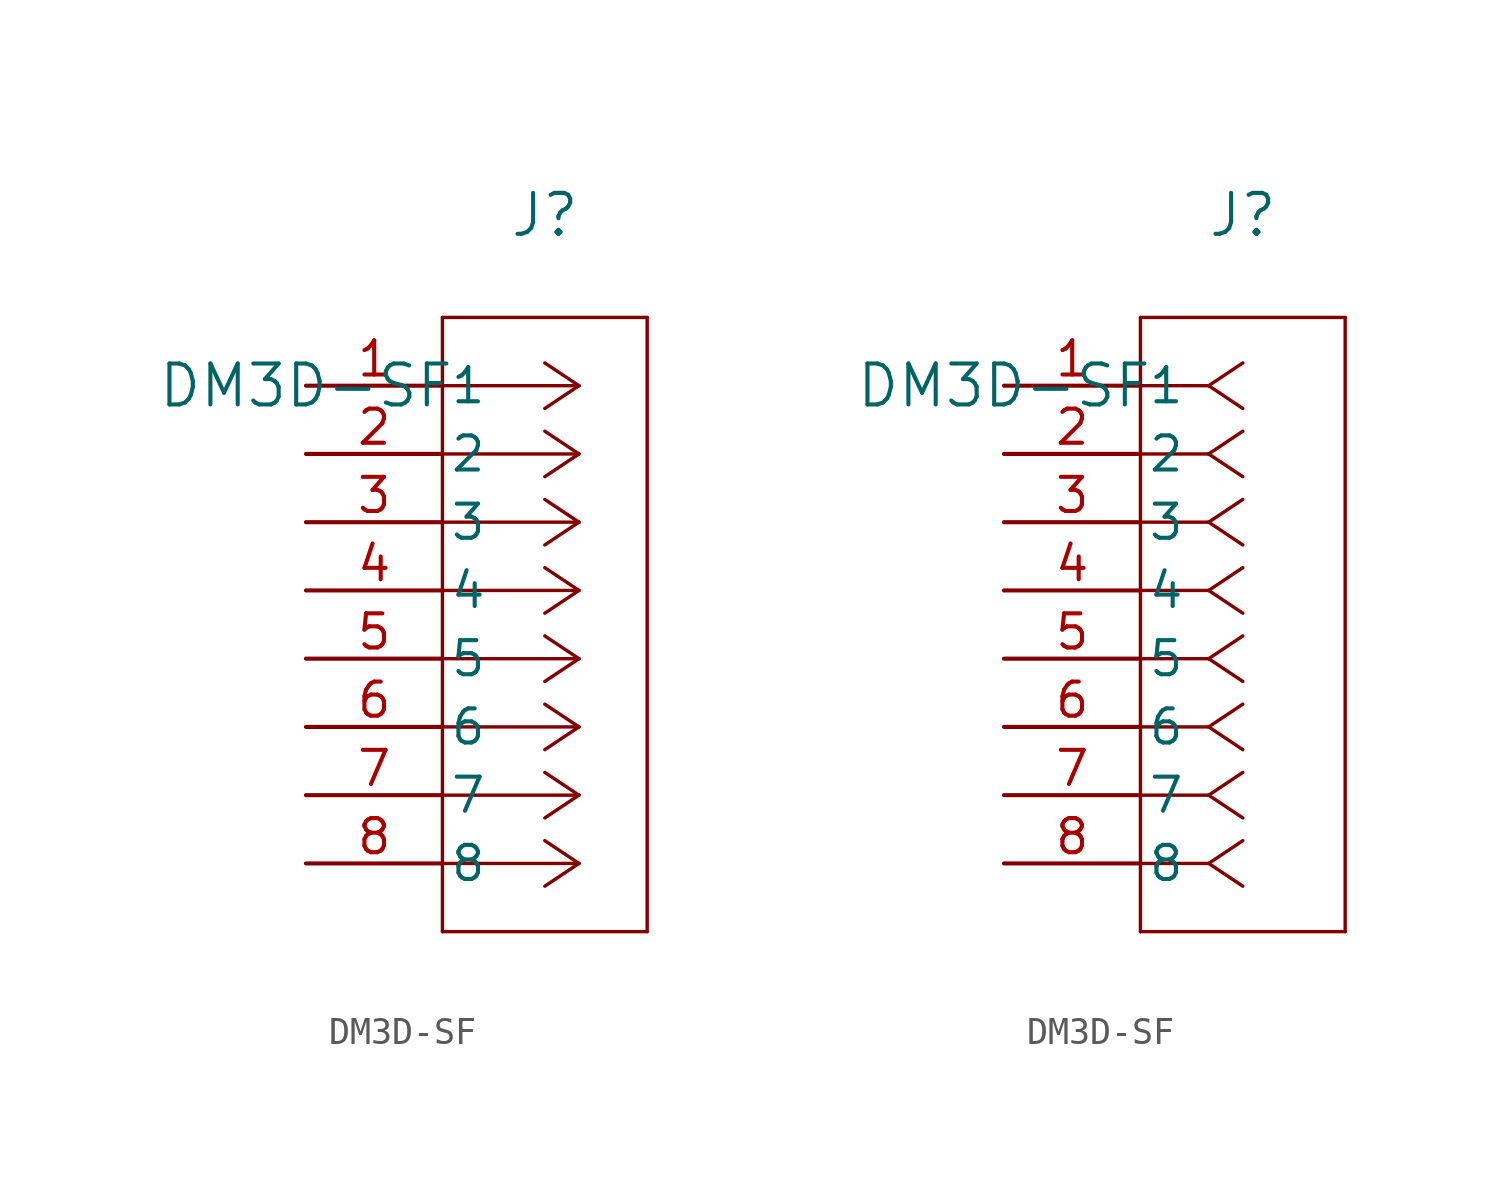
<source format=kicad_sym>
(kicad_symbol_lib
  (version 20211014)
  (generator kicad_symbol_editor)
  (symbol "DM3D-SF"
    (pin_names
      (offset 0.254))
    (property "Reference" "J"
      (at 8.89 6.35 0)
      (effects (font (size 1.524 1.524))))
    (property "Value" "DM3D-SF"
      (at 0 0 0)
      (effects (font (size 1.524 1.524))))
    (symbol "DM3D-SF_1_1"
      (polyline (pts (xy 10.16 0) (xy 5.08 0)) (stroke (width 0.127) (type default) (color 0 0 0 0)) (fill (type none)))
      (polyline (pts (xy 10.16 -2.54) (xy 5.08 -2.54)) (stroke (width 0.127) (type default) (color 0 0 0 0)) (fill (type none)))
      (polyline (pts (xy 10.16 -5.08) (xy 5.08 -5.08)) (stroke (width 0.127) (type default) (color 0 0 0 0)) (fill (type none)))
      (polyline (pts (xy 10.16 -7.62) (xy 5.08 -7.62)) (stroke (width 0.127) (type default) (color 0 0 0 0)) (fill (type none)))
      (polyline (pts (xy 10.16 -10.16) (xy 5.08 -10.16)) (stroke (width 0.127) (type default) (color 0 0 0 0)) (fill (type none)))
      (polyline (pts (xy 10.16 -12.7) (xy 5.08 -12.7)) (stroke (width 0.127) (type default) (color 0 0 0 0)) (fill (type none)))
      (polyline (pts (xy 10.16 -15.24) (xy 5.08 -15.24)) (stroke (width 0.127) (type default) (color 0 0 0 0)) (fill (type none)))
      (polyline (pts (xy 10.16 -17.78) (xy 5.08 -17.78)) (stroke (width 0.127) (type default) (color 0 0 0 0)) (fill (type none)))
      (polyline (pts (xy 10.16 0) (xy 8.89 0.847)) (stroke (width 0.127) (type default) (color 0 0 0 0)) (fill (type none)))
      (polyline (pts (xy 10.16 -2.54) (xy 8.89 -1.693)) (stroke (width 0.127) (type default) (color 0 0 0 0)) (fill (type none)))
      (polyline (pts (xy 10.16 -5.08) (xy 8.89 -4.233)) (stroke (width 0.127) (type default) (color 0 0 0 0)) (fill (type none)))
      (polyline (pts (xy 10.16 -7.62) (xy 8.89 -6.773)) (stroke (width 0.127) (type default) (color 0 0 0 0)) (fill (type none)))
      (polyline (pts (xy 10.16 -10.16) (xy 8.89 -9.313)) (stroke (width 0.127) (type default) (color 0 0 0 0)) (fill (type none)))
      (polyline (pts (xy 10.16 -12.7) (xy 8.89 -11.853)) (stroke (width 0.127) (type default) (color 0 0 0 0)) (fill (type none)))
      (polyline (pts (xy 10.16 -15.24) (xy 8.89 -14.393)) (stroke (width 0.127) (type default) (color 0 0 0 0)) (fill (type none)))
      (polyline (pts (xy 10.16 -17.78) (xy 8.89 -16.933)) (stroke (width 0.127) (type default) (color 0 0 0 0)) (fill (type none)))
      (polyline (pts (xy 10.16 0) (xy 8.89 -0.847)) (stroke (width 0.127) (type default) (color 0 0 0 0)) (fill (type none)))
      (polyline (pts (xy 10.16 -2.54) (xy 8.89 -3.387)) (stroke (width 0.127) (type default) (color 0 0 0 0)) (fill (type none)))
      (polyline (pts (xy 10.16 -5.08) (xy 8.89 -5.927)) (stroke (width 0.127) (type default) (color 0 0 0 0)) (fill (type none)))
      (polyline (pts (xy 10.16 -7.62) (xy 8.89 -8.467)) (stroke (width 0.127) (type default) (color 0 0 0 0)) (fill (type none)))
      (polyline (pts (xy 10.16 -10.16) (xy 8.89 -11.007)) (stroke (width 0.127) (type default) (color 0 0 0 0)) (fill (type none)))
      (polyline (pts (xy 10.16 -12.7) (xy 8.89 -13.547)) (stroke (width 0.127) (type default) (color 0 0 0 0)) (fill (type none)))
      (polyline (pts (xy 10.16 -15.24) (xy 8.89 -16.087)) (stroke (width 0.127) (type default) (color 0 0 0 0)) (fill (type none)))
      (polyline (pts (xy 10.16 -17.78) (xy 8.89 -18.627)) (stroke (width 0.127) (type default) (color 0 0 0 0)) (fill (type none)))
      (polyline (pts (xy 5.08 2.54) (xy 5.08 -20.32)) (stroke (width 0.127) (type default) (color 0 0 0 0)) (fill (type none)))
      (polyline (pts (xy 5.08 -20.32) (xy 12.7 -20.32)) (stroke (width 0.127) (type default) (color 0 0 0 0)) (fill (type none)))
      (polyline (pts (xy 12.7 -20.32) (xy 12.7 2.54)) (stroke (width 0.127) (type default) (color 0 0 0 0)) (fill (type none)))
      (polyline (pts (xy 12.7 2.54) (xy 5.08 2.54)) (stroke (width 0.127) (type default) (color 0 0 0 0)) (fill (type none)))
      (pin unspecified line (at 0 0 0) (length 5.08) (name "1" (effects (font (size 1.27 1.27)))) (number "1" (effects (font (size 1.27 1.27)))))
      (pin unspecified line (at 0 -2.54 0) (length 5.08) (name "2" (effects (font (size 1.27 1.27)))) (number "2" (effects (font (size 1.27 1.27)))))
      (pin unspecified line (at 0 -5.08 0) (length 5.08) (name "3" (effects (font (size 1.27 1.27)))) (number "3" (effects (font (size 1.27 1.27)))))
      (pin unspecified line (at 0 -7.62 0) (length 5.08) (name "4" (effects (font (size 1.27 1.27)))) (number "4" (effects (font (size 1.27 1.27)))))
      (pin unspecified line (at 0 -10.16 0) (length 5.08) (name "5" (effects (font (size 1.27 1.27)))) (number "5" (effects (font (size 1.27 1.27)))))
      (pin unspecified line (at 0 -12.7 0) (length 5.08) (name "6" (effects (font (size 1.27 1.27)))) (number "6" (effects (font (size 1.27 1.27)))))
      (pin unspecified line (at 0 -15.24 0) (length 5.08) (name "7" (effects (font (size 1.27 1.27)))) (number "7" (effects (font (size 1.27 1.27)))))
      (pin unspecified line (at 0 -17.78 0) (length 5.08) (name "8" (effects (font (size 1.27 1.27)))) (number "8" (effects (font (size 1.27 1.27))))))
    (symbol "DM3D-SF_1_2"
      (polyline (pts (xy 7.62 0) (xy 5.08 0)) (stroke (width 0.127) (type default) (color 0 0 0 0)) (fill (type none)))
      (polyline (pts (xy 7.62 -2.54) (xy 5.08 -2.54)) (stroke (width 0.127) (type default) (color 0 0 0 0)) (fill (type none)))
      (polyline (pts (xy 7.62 -5.08) (xy 5.08 -5.08)) (stroke (width 0.127) (type default) (color 0 0 0 0)) (fill (type none)))
      (polyline (pts (xy 7.62 -7.62) (xy 5.08 -7.62)) (stroke (width 0.127) (type default) (color 0 0 0 0)) (fill (type none)))
      (polyline (pts (xy 7.62 -10.16) (xy 5.08 -10.16)) (stroke (width 0.127) (type default) (color 0 0 0 0)) (fill (type none)))
      (polyline (pts (xy 7.62 -12.7) (xy 5.08 -12.7)) (stroke (width 0.127) (type default) (color 0 0 0 0)) (fill (type none)))
      (polyline (pts (xy 7.62 -15.24) (xy 5.08 -15.24)) (stroke (width 0.127) (type default) (color 0 0 0 0)) (fill (type none)))
      (polyline (pts (xy 7.62 -17.78) (xy 5.08 -17.78)) (stroke (width 0.127) (type default) (color 0 0 0 0)) (fill (type none)))
      (polyline (pts (xy 7.62 0) (xy 8.89 0.847)) (stroke (width 0.127) (type default) (color 0 0 0 0)) (fill (type none)))
      (polyline (pts (xy 7.62 -2.54) (xy 8.89 -1.693)) (stroke (width 0.127) (type default) (color 0 0 0 0)) (fill (type none)))
      (polyline (pts (xy 7.62 -5.08) (xy 8.89 -4.233)) (stroke (width 0.127) (type default) (color 0 0 0 0)) (fill (type none)))
      (polyline (pts (xy 7.62 -7.62) (xy 8.89 -6.773)) (stroke (width 0.127) (type default) (color 0 0 0 0)) (fill (type none)))
      (polyline (pts (xy 7.62 -10.16) (xy 8.89 -9.313)) (stroke (width 0.127) (type default) (color 0 0 0 0)) (fill (type none)))
      (polyline (pts (xy 7.62 -12.7) (xy 8.89 -11.853)) (stroke (width 0.127) (type default) (color 0 0 0 0)) (fill (type none)))
      (polyline (pts (xy 7.62 -15.24) (xy 8.89 -14.393)) (stroke (width 0.127) (type default) (color 0 0 0 0)) (fill (type none)))
      (polyline (pts (xy 7.62 -17.78) (xy 8.89 -16.933)) (stroke (width 0.127) (type default) (color 0 0 0 0)) (fill (type none)))
      (polyline (pts (xy 7.62 0) (xy 8.89 -0.847)) (stroke (width 0.127) (type default) (color 0 0 0 0)) (fill (type none)))
      (polyline (pts (xy 7.62 -2.54) (xy 8.89 -3.387)) (stroke (width 0.127) (type default) (color 0 0 0 0)) (fill (type none)))
      (polyline (pts (xy 7.62 -5.08) (xy 8.89 -5.927)) (stroke (width 0.127) (type default) (color 0 0 0 0)) (fill (type none)))
      (polyline (pts (xy 7.62 -7.62) (xy 8.89 -8.467)) (stroke (width 0.127) (type default) (color 0 0 0 0)) (fill (type none)))
      (polyline (pts (xy 7.62 -10.16) (xy 8.89 -11.007)) (stroke (width 0.127) (type default) (color 0 0 0 0)) (fill (type none)))
      (polyline (pts (xy 7.62 -12.7) (xy 8.89 -13.547)) (stroke (width 0.127) (type default) (color 0 0 0 0)) (fill (type none)))
      (polyline (pts (xy 7.62 -15.24) (xy 8.89 -16.087)) (stroke (width 0.127) (type default) (color 0 0 0 0)) (fill (type none)))
      (polyline (pts (xy 7.62 -17.78) (xy 8.89 -18.627)) (stroke (width 0.127) (type default) (color 0 0 0 0)) (fill (type none)))
      (polyline (pts (xy 5.08 2.54) (xy 5.08 -20.32)) (stroke (width 0.127) (type default) (color 0 0 0 0)) (fill (type none)))
      (polyline (pts (xy 5.08 -20.32) (xy 12.7 -20.32)) (stroke (width 0.127) (type default) (color 0 0 0 0)) (fill (type none)))
      (polyline (pts (xy 12.7 -20.32) (xy 12.7 2.54)) (stroke (width 0.127) (type default) (color 0 0 0 0)) (fill (type none)))
      (polyline (pts (xy 12.7 2.54) (xy 5.08 2.54)) (stroke (width 0.127) (type default) (color 0 0 0 0)) (fill (type none)))
      (pin unspecified line (at 0 0 0) (length 5.08) (name "1" (effects (font (size 1.27 1.27)))) (number "1" (effects (font (size 1.27 1.27)))))
      (pin unspecified line (at 0 -2.54 0) (length 5.08) (name "2" (effects (font (size 1.27 1.27)))) (number "2" (effects (font (size 1.27 1.27)))))
      (pin unspecified line (at 0 -5.08 0) (length 5.08) (name "3" (effects (font (size 1.27 1.27)))) (number "3" (effects (font (size 1.27 1.27)))))
      (pin unspecified line (at 0 -7.62 0) (length 5.08) (name "4" (effects (font (size 1.27 1.27)))) (number "4" (effects (font (size 1.27 1.27)))))
      (pin unspecified line (at 0 -10.16 0) (length 5.08) (name "5" (effects (font (size 1.27 1.27)))) (number "5" (effects (font (size 1.27 1.27)))))
      (pin unspecified line (at 0 -12.7 0) (length 5.08) (name "6" (effects (font (size 1.27 1.27)))) (number "6" (effects (font (size 1.27 1.27)))))
      (pin unspecified line (at 0 -15.24 0) (length 5.08) (name "7" (effects (font (size 1.27 1.27)))) (number "7" (effects (font (size 1.27 1.27)))))
      (pin unspecified line (at 0 -17.78 0) (length 5.08) (name "8" (effects (font (size 1.27 1.27)))) (number "8" (effects (font (size 1.27 1.27))))))))
</source>
